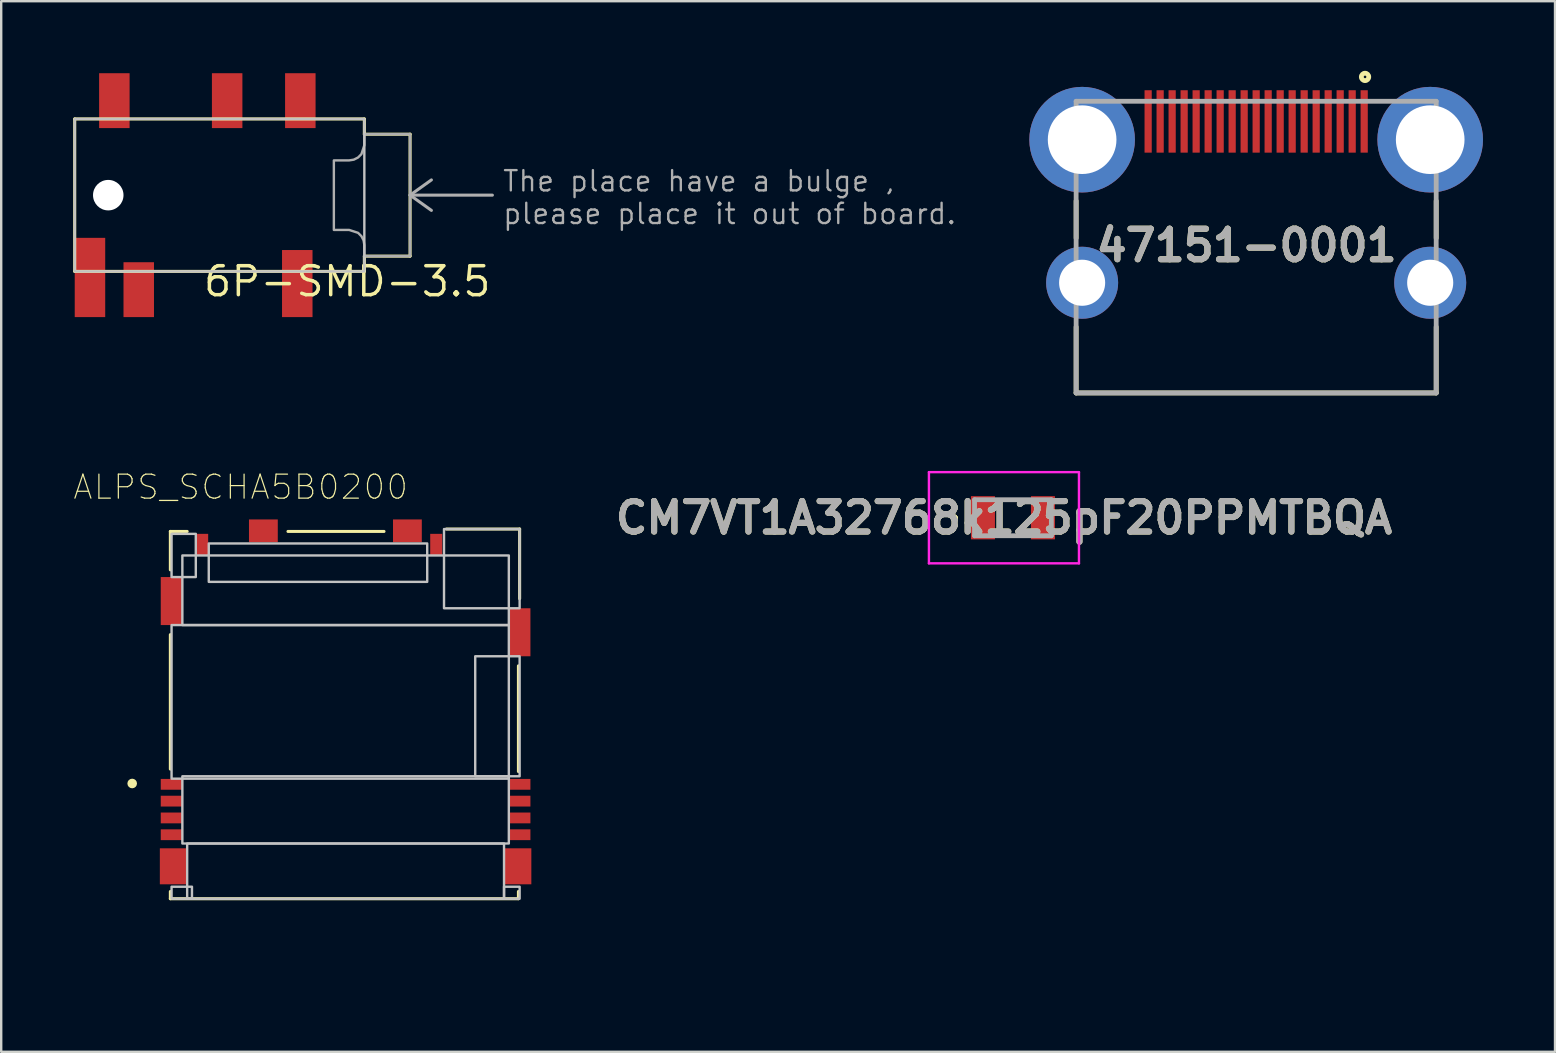
<source format=kicad_pcb>
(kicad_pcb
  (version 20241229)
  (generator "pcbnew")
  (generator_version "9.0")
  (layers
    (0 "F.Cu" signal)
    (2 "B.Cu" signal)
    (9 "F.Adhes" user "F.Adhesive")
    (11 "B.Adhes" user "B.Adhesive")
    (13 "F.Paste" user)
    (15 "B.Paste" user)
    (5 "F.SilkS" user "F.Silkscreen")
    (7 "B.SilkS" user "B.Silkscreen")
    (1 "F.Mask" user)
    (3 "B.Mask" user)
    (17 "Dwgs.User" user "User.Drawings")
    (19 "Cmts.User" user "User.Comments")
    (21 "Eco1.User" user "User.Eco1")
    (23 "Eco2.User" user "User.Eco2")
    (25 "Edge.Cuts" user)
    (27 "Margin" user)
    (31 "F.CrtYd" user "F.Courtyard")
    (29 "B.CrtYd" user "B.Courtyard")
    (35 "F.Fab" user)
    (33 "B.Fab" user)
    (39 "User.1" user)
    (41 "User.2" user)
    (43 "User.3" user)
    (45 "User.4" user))
  (footprint "6P-SMD-3.5"
    (layer "F.Cu")
    (at 7.048 5.08)
    (property "Reference" "6P-SMD-3.5" (at -1.7 4.3 180) (layer "F.SilkS") (effects (font (size 1.206 1.206) (thickness 0.145)) (justify left bottom)))
    (attr through_hole)
    (fp_line (start -6.985 -3.175) (end -6.985 3.175) (stroke (width 0.127) (type solid)) (layer "F.SilkS"))
    (fp_line (start -6.985 3.175) (end 5.08 3.175) (stroke (width 0.127) (type solid)) (layer "F.SilkS"))
    (fp_line (start 5.08 -3.175) (end -6.985 -3.175) (stroke (width 0.127) (type solid)) (layer "F.SilkS"))
    (fp_line (start 5.08 -2.54) (end 5.08 -3.175) (stroke (width 0.127) (type solid)) (layer "F.SilkS"))
    (fp_line (start 5.08 2.54) (end 6.985 2.54) (stroke (width 0.127) (type solid)) (layer "F.SilkS"))
    (fp_line (start 5.08 3.175) (end 5.08 2.54) (stroke (width 0.127) (type solid)) (layer "F.SilkS"))
    (fp_line (start 6.985 -2.54) (end 5.08 -2.54) (stroke (width 0.127) (type solid)) (layer "F.SilkS"))
    (fp_line (start 6.985 2.54) (end 6.985 -2.54) (stroke (width 0.127) (type solid)) (layer "F.SilkS"))
    (fp_poly (pts (xy -6.985 3.175) (xy 5.08 3.175) (xy 5.08 -3.175) (xy -6.985 -3.175)) (stroke (width 0.1) (type solid)) (fill no) (layer "Dwgs.User"))
    (fp_line (start 6.985 0) (end 7.874 -0.635) (stroke (width 0.127) (type solid)) (layer "F.Fab"))
    (fp_line (start 6.985 0) (end 7.874 0.635) (stroke (width 0.127) (type solid)) (layer "F.Fab"))
    (fp_line (start 6.985 0) (end 10.414 0) (stroke (width 0.127) (type solid)) (layer "F.Fab"))
    (fp_poly (pts (xy 3.81 -1.448) (xy 4.445 -1.448) (xy 4.641 -1.479) (xy 4.818 -1.569) (xy 4.959 -1.71) (xy 5.08 -2.083) (xy 5.08 -2.54) (xy 6.985 -2.54) (xy 6.985 2.54) (xy 5.08 2.54) (xy 5.08 2.083) (xy 5.049 1.887) (xy 4.959 1.71) (xy 4.818 1.569) (xy 4.445 1.448) (xy 3.81 1.448)) (stroke (width 0.1) (type solid)) (fill no) (layer "F.Fab"))
    (fp_text user "The place have a bulge ,\nplease place it out of board." (at 10.795 1.27 0) (layer "F.Fab") (effects (font (size 0.845 0.845) (thickness 0.098)) (justify left bottom)))
    (pad "" np_thru_hole circle (at -5.588 0) (size 1.27 1.27) (drill 1.27) (layers "*.Cu" "*.Mask"))
    (pad "COM1" smd rect (at 2.413 -3.937 90) (size 2.286 1.27) (layers "F.Cu" "F.Mask" "F.Paste"))
    (pad "COM2" smd rect (at 2.286 3.683 90) (size 2.794 1.27) (layers "F.Cu" "F.Mask" "F.Paste"))
    (pad "L" smd rect (at -4.318 3.937 90) (size 2.286 1.27) (layers "F.Cu" "F.Mask" "F.Paste"))
    (pad "LS" smd rect (at -6.35 3.429 90) (size 3.302 1.27) (layers "F.Cu" "F.Mask" "F.Paste"))
    (pad "R" smd rect (at -0.635 -3.937 90) (size 2.286 1.27) (layers "F.Cu" "F.Mask" "F.Paste"))
    (pad "RS" smd rect (at -5.334 -3.937 90) (size 2.286 1.27) (layers "F.Cu" "F.Mask" "F.Paste")))
  (footprint "CM7VT1A32768k125pF20PPMTBQA"
    (layer "F.Cu")
    (at 39.148 18.519)
    (property "Reference" "CM7VT1A32768k125pF20PPMTBQA" (at -0.375 0 0) (layer "F.SilkS") (effects (font (size 1.27 1.27) (thickness 0.254))))
    (attr smd)
    (fp_line (start -2.5 0) (end -2.5 0) (stroke (width 0.2) (type solid)) (layer "F.SilkS"))
    (fp_line (start -2.5 0) (end -2.5 0) (stroke (width 0.2) (type solid)) (layer "F.SilkS"))
    (fp_line (start -2.4 0) (end -2.4 0) (stroke (width 0.2) (type solid)) (layer "F.SilkS"))
    (fp_line (start -0.25 -0.75) (end -0.25 -0.75) (stroke (width 0.1) (type solid)) (layer "F.SilkS"))
    (fp_line (start -0.25 -0.75) (end 0 -0.75) (stroke (width 0.1) (type solid)) (layer "F.SilkS"))
    (fp_line (start -0.25 0.75) (end -0.25 0.75) (stroke (width 0.1) (type solid)) (layer "F.SilkS"))
    (fp_line (start -0.25 0.75) (end 0 0.75) (stroke (width 0.1) (type solid)) (layer "F.SilkS"))
    (fp_line (start 0 -0.75) (end -0.25 -0.75) (stroke (width 0.1) (type solid)) (layer "F.SilkS"))
    (fp_line (start 0 -0.75) (end 0 -0.75) (stroke (width 0.1) (type solid)) (layer "F.SilkS"))
    (fp_line (start 0 0.75) (end -0.25 0.75) (stroke (width 0.1) (type solid)) (layer "F.SilkS"))
    (fp_line (start 0 0.75) (end 0 0.75) (stroke (width 0.1) (type solid)) (layer "F.SilkS"))
    (fp_arc (start -2.5 0) (mid -2.45 -0.05) (end -2.4 0) (stroke (width 0.2) (type solid)) (layer "F.SilkS"))
    (fp_arc (start -2.4 0) (mid -2.45 0.05) (end -2.5 0) (stroke (width 0.2) (type solid)) (layer "F.SilkS"))
    (fp_arc (start -2.4 0) (mid -2.45 0.05) (end -2.5 0) (stroke (width 0.2) (type solid)) (layer "F.SilkS"))
    (fp_line (start -3.5 -1.9) (end 2.75 -1.9) (stroke (width 0.1) (type solid)) (layer "F.CrtYd"))
    (fp_line (start -3.5 1.9) (end -3.5 -1.9) (stroke (width 0.1) (type solid)) (layer "F.CrtYd"))
    (fp_line (start 2.75 -1.9) (end 2.75 1.9) (stroke (width 0.1) (type solid)) (layer "F.CrtYd"))
    (fp_line (start 2.75 1.9) (end -3.5 1.9) (stroke (width 0.1) (type solid)) (layer "F.CrtYd"))
    (fp_line (start -1.6 -0.75) (end -1.6 0.75) (stroke (width 0.2) (type solid)) (layer "F.Fab"))
    (fp_line (start -1.6 0.75) (end 1.6 0.75) (stroke (width 0.2) (type solid)) (layer "F.Fab"))
    (fp_line (start 1.6 -0.75) (end -1.6 -0.75) (stroke (width 0.2) (type solid)) (layer "F.Fab"))
    (fp_line (start 1.6 0.75) (end 1.6 -0.75) (stroke (width 0.2) (type solid)) (layer "F.Fab"))
    (fp_text user "${REFERENCE}" (at -0.375 0 0) (layer "F.Fab") (effects (font (size 1.27 1.27) (thickness 0.254))))
    (pad "1" smd rect (at -1.25 0) (size 1 1.8) (layers "F.Cu" "F.Mask" "F.Paste"))
    (pad "2" smd rect (at 1.25 0) (size 1 1.8) (layers "F.Cu" "F.Mask" "F.Paste")))
  (footprint "47151-0001"
    (layer "F.Cu")
    (at 49.28 13.319)
    (property "Reference" "47151-0001" (at -0.399 -6.144 0) (layer "F.SilkS") (effects (font (size 1.27 1.27) (thickness 0.254))))
    (attr through_hole)
    (fp_line (start -7.5 -8) (end -7.5 -6.45) (stroke (width 0.2) (type solid)) (layer "F.SilkS"))
    (fp_line (start -7.5 0) (end -7.5 -2.75) (stroke (width 0.2) (type solid)) (layer "F.SilkS"))
    (fp_line (start -7.5 0) (end 7.5 0) (stroke (width 0.2) (type solid)) (layer "F.SilkS"))
    (fp_line (start 7.5 -8) (end 7.5 -6.45) (stroke (width 0.2) (type solid)) (layer "F.SilkS"))
    (fp_line (start 7.5 0) (end 7.5 -2.75) (stroke (width 0.2) (type solid)) (layer "F.SilkS"))
    (fp_circle (center 4.536 -13.165) (end 4.536 -13.111) (stroke (width 0.2) (type solid)) (fill no) (layer "F.SilkS"))
    (fp_line (start -7.5 -12.15) (end 7.5 -12.15) (stroke (width 0.2) (type solid)) (layer "F.Fab"))
    (fp_line (start -7.5 0) (end -7.5 -12.15) (stroke (width 0.2) (type solid)) (layer "F.Fab"))
    (fp_line (start 7.5 -12.15) (end 7.5 0) (stroke (width 0.2) (type solid)) (layer "F.Fab"))
    (fp_line (start 7.5 0) (end -7.5 0) (stroke (width 0.2) (type solid)) (layer "F.Fab"))
    (fp_text user "${REFERENCE}" (at -0.399 -6.144 0) (layer "F.Fab") (effects (font (size 1.27 1.27) (thickness 0.254))))
    (pad "1" smd rect (at 4.5 -11.31) (size 0.3 2.6) (layers "F.Cu" "F.Mask" "F.Paste"))
    (pad "2" smd rect (at 4 -11.31) (size 0.3 2.6) (layers "F.Cu" "F.Mask" "F.Paste"))
    (pad "3" smd rect (at 3.5 -11.31) (size 0.3 2.6) (layers "F.Cu" "F.Mask" "F.Paste"))
    (pad "4" smd rect (at 3 -11.31) (size 0.3 2.6) (layers "F.Cu" "F.Mask" "F.Paste"))
    (pad "5" smd rect (at 2.5 -11.31) (size 0.3 2.6) (layers "F.Cu" "F.Mask" "F.Paste"))
    (pad "6" smd rect (at 2 -11.31) (size 0.3 2.6) (layers "F.Cu" "F.Mask" "F.Paste"))
    (pad "7" smd rect (at 1.5 -11.31) (size 0.3 2.6) (layers "F.Cu" "F.Mask" "F.Paste"))
    (pad "8" smd rect (at 1 -11.31) (size 0.3 2.6) (layers "F.Cu" "F.Mask" "F.Paste"))
    (pad "9" smd rect (at 0.5 -11.31) (size 0.3 2.6) (layers "F.Cu" "F.Mask" "F.Paste"))
    (pad "10" smd rect (at 0 -11.31) (size 0.3 2.6) (layers "F.Cu" "F.Mask" "F.Paste"))
    (pad "11" smd rect (at -0.5 -11.31) (size 0.3 2.6) (layers "F.Cu" "F.Mask" "F.Paste"))
    (pad "12" smd rect (at -1 -11.31) (size 0.3 2.6) (layers "F.Cu" "F.Mask" "F.Paste"))
    (pad "13" smd rect (at -1.5 -11.31) (size 0.3 2.6) (layers "F.Cu" "F.Mask" "F.Paste"))
    (pad "14" smd rect (at -2 -11.31) (size 0.3 2.6) (layers "F.Cu" "F.Mask" "F.Paste"))
    (pad "15" smd rect (at -2.5 -11.31) (size 0.3 2.6) (layers "F.Cu" "F.Mask" "F.Paste"))
    (pad "16" smd rect (at -3 -11.31) (size 0.3 2.6) (layers "F.Cu" "F.Mask" "F.Paste"))
    (pad "17" smd rect (at -3.5 -11.31) (size 0.3 2.6) (layers "F.Cu" "F.Mask" "F.Paste"))
    (pad "18" smd rect (at -4 -11.31) (size 0.3 2.6) (layers "F.Cu" "F.Mask" "F.Paste"))
    (pad "19" smd rect (at -4.5 -11.31) (size 0.3 2.6) (layers "F.Cu" "F.Mask" "F.Paste"))
    (pad "20" thru_hole circle (at -7.25 -10.55) (size 4.4 4.4) (drill 2.86) (layers "*.Cu" "*.Mask"))
    (pad "21" thru_hole circle (at 7.25 -10.55) (size 4.4 4.4) (drill 2.86) (layers "*.Cu" "*.Mask"))
    (pad "22" thru_hole circle (at -7.25 -4.59) (size 3 3) (drill 1.92) (layers "*.Cu" "*.Mask"))
    (pad "23" thru_hole circle (at 7.25 -4.59) (size 3 3) (drill 1.92) (layers "*.Cu" "*.Mask")))
  (footprint "ALPS_SCHA5B0200"
    (layer "F.Cu")
    (at 11.347 26.889)
    (property "Reference" "ALPS_SCHA5B0200" (at -4.372 -9.647 180) (layer "F.SilkS") (effects (font (size 1 1) (thickness 0.05))))
    (attr smd)
    (fp_line (start -7.3 -7.8) (end -7.3 -6.2) (stroke (width 0.127) (type solid)) (layer "F.SilkS"))
    (fp_line (start -7.3 -3.5) (end -7.3 2.1) (stroke (width 0.127) (type solid)) (layer "F.SilkS"))
    (fp_line (start -7.3 7.5) (end -7.3 7.2) (stroke (width 0.127) (type solid)) (layer "F.SilkS"))
    (fp_line (start -7.3 7.5) (end 7.2 7.5) (stroke (width 0.127) (type solid)) (layer "F.SilkS"))
    (fp_line (start -6.6 -7.8) (end -7.3 -7.8) (stroke (width 0.127) (type solid)) (layer "F.SilkS"))
    (fp_line (start -2.4 -7.8) (end 1.6 -7.8) (stroke (width 0.127) (type solid)) (layer "F.SilkS"))
    (fp_line (start 4.2 -7.9) (end 7.25 -7.9) (stroke (width 0.127) (type solid)) (layer "F.SilkS"))
    (fp_line (start 7.2 -2.2) (end 7.2 2.2) (stroke (width 0.127) (type solid)) (layer "F.SilkS"))
    (fp_line (start 7.2 7.5) (end 7.2 7.2) (stroke (width 0.127) (type solid)) (layer "F.SilkS"))
    (fp_line (start 7.25 -5) (end 7.25 -7.9) (stroke (width 0.127) (type solid)) (layer "F.SilkS"))
    (fp_circle (center -8.89 2.7) (end -8.79 2.7) (stroke (width 0.2) (type solid)) (fill no) (layer "F.SilkS"))
    (fp_poly (pts (xy -7.25 -7.7) (xy -6.24 -7.7) (xy -6.24 -5.9) (xy -7.25 -5.9)) (stroke (width 0.1) (type solid)) (fill no) (layer "Dwgs.User"))
    (fp_poly (pts (xy -7.25 -3.9) (xy 6.8 -3.9) (xy 6.8 2.5) (xy -7.25 2.5)) (stroke (width 0.1) (type solid)) (fill no) (layer "Dwgs.User"))
    (fp_poly (pts (xy -7.25 7) (xy -6.4 7) (xy -6.4 7.5) (xy -7.25 7.5)) (stroke (width 0.1) (type solid)) (fill no) (layer "Dwgs.User"))
    (fp_poly (pts (xy -6.8 -6.8) (xy 6.8 -6.8) (xy 6.8 -3.9) (xy -6.8 -3.9)) (stroke (width 0.1) (type solid)) (fill no) (layer "Dwgs.User"))
    (fp_poly (pts (xy -6.8 2.4) (xy 6.8 2.4) (xy 6.8 5.2) (xy -6.8 5.2)) (stroke (width 0.1) (type solid)) (fill no) (layer "Dwgs.User"))
    (fp_poly (pts (xy -6.6 5.2) (xy 6.6 5.2) (xy 6.6 7.5) (xy -6.6 7.5)) (stroke (width 0.1) (type solid)) (fill no) (layer "Dwgs.User"))
    (fp_poly (pts (xy -5.7 -7.3) (xy 3.4 -7.3) (xy 3.4 -5.7) (xy -5.7 -5.7)) (stroke (width 0.1) (type solid)) (fill no) (layer "Dwgs.User"))
    (fp_poly (pts (xy 4.1 -7.9) (xy 7.25 -7.9) (xy 7.25 -4.6) (xy 4.1 -4.6)) (stroke (width 0.1) (type solid)) (fill no) (layer "Dwgs.User"))
    (fp_poly (pts (xy 5.4 -2.6) (xy 7.25 -2.6) (xy 7.25 2.4) (xy 5.4 2.4)) (stroke (width 0.1) (type solid)) (fill no) (layer "Dwgs.User"))
    (fp_poly (pts (xy 6.6 7) (xy 7.25 7) (xy 7.25 7.5) (xy 6.6 7.5)) (stroke (width 0.1) (type solid)) (fill no) (layer "Dwgs.User"))
    (fp_line (start -8 -8.55) (end -8 10.4) (stroke (width 0.05) (type solid)) (layer "Eco1.User"))
    (fp_line (start -8 -8.55) (end 8 -8.55) (stroke (width 0.05) (type solid)) (layer "Eco1.User"))
    (fp_line (start -8 10.4) (end 8 10.4) (stroke (width 0.05) (type solid)) (layer "Eco1.User"))
    (fp_line (start 8 -8.55) (end 8 10.4) (stroke (width 0.05) (type solid)) (layer "Eco1.User"))
    (fp_line (start -7.3 -7.8) (end 7.2 -7.8) (stroke (width 0.127) (type solid)) (layer "Eco2.User"))
    (fp_line (start -7.3 7.5) (end -7.3 -7.8) (stroke (width 0.127) (type solid)) (layer "Eco2.User"))
    (fp_line (start -7.3 10.1) (end 7.3 10.1) (stroke (width 0.127) (type solid)) (layer "Eco2.User"))
    (fp_line (start 7.2 -7.8) (end 7.2 7.5) (stroke (width 0.127) (type solid)) (layer "Eco2.User"))
    (fp_line (start 7.2 7.5) (end -7.3 7.5) (stroke (width 0.127) (type solid)) (layer "Eco2.User"))
    (fp_line (start -8 7.5) (end -5.44 7.5) (stroke (width 0.001) (type solid)) (layer "Edge.Cuts"))
    (fp_line (start -5.44 7.5) (end -4.84 6.9) (stroke (width 0.001) (type solid)) (layer "Edge.Cuts"))
    (fp_line (start -4.84 6.9) (end 5.76 6.9) (stroke (width 0.001) (type solid)) (layer "Edge.Cuts"))
    (fp_line (start 5.76 6.9) (end 6.36 7.5) (stroke (width 0.001) (type solid)) (layer "Edge.Cuts"))
    (fp_line (start 6.36 7.5) (end 8 7.5) (stroke (width 0.001) (type solid)) (layer "Edge.Cuts"))
    (fp_text user "Lock~{position}" (at -3.803 10.11 180) (layer "Edge.Cuts") (effects (font (size 1 1) (thickness 0.05))))
    (pad "1" smd rect (at -7.25 2.735) (size 0.9 0.45) (layers "F.Cu" "F.Mask" "F.Paste"))
    (pad "2" smd rect (at -7.25 3.435) (size 0.9 0.45) (layers "F.Cu" "F.Mask" "F.Paste"))
    (pad "3" smd rect (at -7.25 4.135) (size 0.9 0.45) (layers "F.Cu" "F.Mask" "F.Paste"))
    (pad "4" smd rect (at -7.25 4.835) (size 0.9 0.45) (layers "F.Cu" "F.Mask" "F.Paste"))
    (pad "5" smd rect (at 7.25 4.835) (size 0.9 0.45) (layers "F.Cu" "F.Mask" "F.Paste"))
    (pad "6" smd rect (at 7.25 4.135) (size 0.9 0.45) (layers "F.Cu" "F.Mask" "F.Paste"))
    (pad "7" smd rect (at 7.25 3.435) (size 0.9 0.45) (layers "F.Cu" "F.Mask" "F.Paste"))
    (pad "8" smd rect (at 7.25 2.735) (size 0.9 0.45) (layers "F.Cu" "F.Mask" "F.Paste"))
    (pad "CMN" smd rect (at 3.775 -7.25) (size 0.5 0.9) (layers "F.Cu" "F.Mask" "F.Paste"))
    (pad "DT" smd rect (at -5.975 -7.25) (size 0.5 0.9) (layers "F.Cu" "F.Mask" "F.Paste"))
    (pad "S1" smd rect (at -7.188 6.15) (size 1.1 1.5) (layers "F.Cu" "F.Mask" "F.Paste"))
    (pad "S2" smd rect (at 7.188 6.15) (size 1.1 1.5) (layers "F.Cu" "F.Mask" "F.Paste"))
    (pad "S3" smd rect (at -7.25 -4.9) (size 0.9 2) (layers "F.Cu" "F.Mask" "F.Paste"))
    (pad "S4" smd rect (at 7.25 -3.6) (size 0.9 2) (layers "F.Cu" "F.Mask" "F.Paste"))
    (pad "S5" smd rect (at 2.575 -7.825) (size 1.2 0.95) (layers "F.Cu" "F.Mask" "F.Paste"))
    (pad "S6" smd rect (at -3.425 -7.825) (size 1.2 0.95) (layers "F.Cu" "F.Mask" "F.Paste")))
  (gr_rect
    (start -3 -3)
    (end 61.73 40.767)
    (stroke (width 0.1) (type default))
    (fill no)
    (layer "Edge.Cuts")))
</source>
